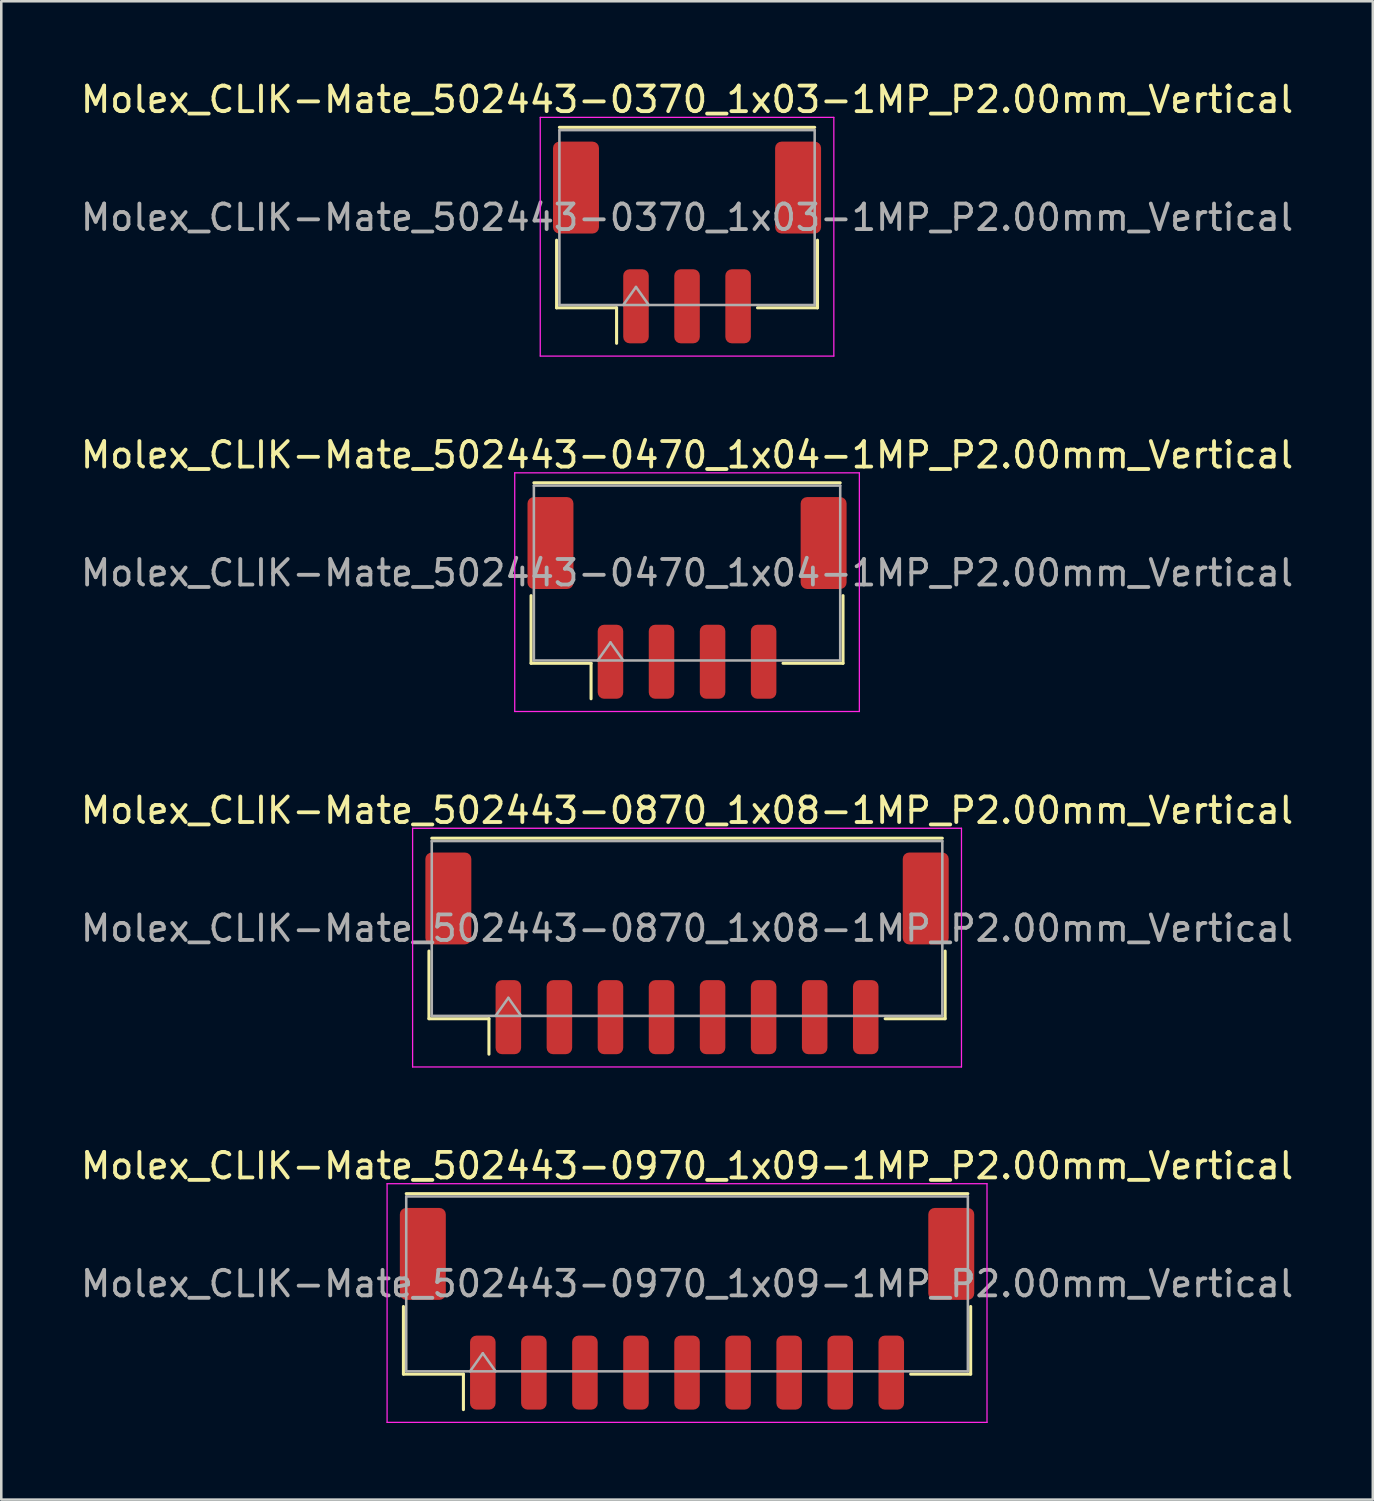
<source format=kicad_pcb>
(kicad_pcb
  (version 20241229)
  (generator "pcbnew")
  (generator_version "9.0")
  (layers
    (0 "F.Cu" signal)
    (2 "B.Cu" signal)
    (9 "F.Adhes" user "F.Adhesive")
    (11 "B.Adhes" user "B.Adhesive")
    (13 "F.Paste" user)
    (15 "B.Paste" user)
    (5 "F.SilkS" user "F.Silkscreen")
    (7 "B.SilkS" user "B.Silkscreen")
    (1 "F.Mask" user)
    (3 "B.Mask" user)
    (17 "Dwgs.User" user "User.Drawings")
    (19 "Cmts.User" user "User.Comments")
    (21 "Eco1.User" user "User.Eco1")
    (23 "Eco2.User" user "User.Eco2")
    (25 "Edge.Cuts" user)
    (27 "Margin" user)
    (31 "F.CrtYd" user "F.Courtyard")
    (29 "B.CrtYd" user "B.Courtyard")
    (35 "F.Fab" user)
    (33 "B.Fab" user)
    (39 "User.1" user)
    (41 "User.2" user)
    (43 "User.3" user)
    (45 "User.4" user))
  (footprint "Molex_CLIK-Mate_502443-0870_1x08-1MP_P2.00mm_Vertical"
    (layer "F.Cu")
    (at 23.863 34.295)
    (property "Reference" "Molex_CLIK-Mate_502443-0870_1x08-1MP_P2.00mm_Vertical" (at 0 -5.6 0) (layer "F.SilkS") (effects (font (size 1 1) (thickness 0.15))))
    (attr smd)
    (fp_line (start -10.11 -0.09) (end -10.11 2.56) (stroke (width 0.12) (type solid)) (layer "F.SilkS"))
    (fp_line (start -10.11 2.56) (end -7.76 2.56) (stroke (width 0.12) (type solid)) (layer "F.SilkS"))
    (fp_line (start -10 -4.51) (end 10 -4.51) (stroke (width 0.12) (type solid)) (layer "F.SilkS"))
    (fp_line (start -7.76 2.56) (end -7.76 3.95) (stroke (width 0.12) (type solid)) (layer "F.SilkS"))
    (fp_line (start 10.11 -0.09) (end 10.11 2.56) (stroke (width 0.12) (type solid)) (layer "F.SilkS"))
    (fp_line (start 10.11 2.56) (end 7.76 2.56) (stroke (width 0.12) (type solid)) (layer "F.SilkS"))
    (fp_line (start -10.75 -4.9) (end -10.75 4.45) (stroke (width 0.05) (type solid)) (layer "F.CrtYd"))
    (fp_line (start -10.75 4.45) (end 10.75 4.45) (stroke (width 0.05) (type solid)) (layer "F.CrtYd"))
    (fp_line (start 10.75 -4.9) (end -10.75 -4.9) (stroke (width 0.05) (type solid)) (layer "F.CrtYd"))
    (fp_line (start 10.75 4.45) (end 10.75 -4.9) (stroke (width 0.05) (type solid)) (layer "F.CrtYd"))
    (fp_line (start -10 -4.4) (end 10 -4.4) (stroke (width 0.1) (type solid)) (layer "F.Fab"))
    (fp_line (start -10 2.45) (end -10 -4.4) (stroke (width 0.1) (type solid)) (layer "F.Fab"))
    (fp_line (start -10 2.45) (end 10 2.45) (stroke (width 0.1) (type solid)) (layer "F.Fab"))
    (fp_line (start -7.5 2.45) (end -7 1.743) (stroke (width 0.1) (type solid)) (layer "F.Fab"))
    (fp_line (start -7 1.743) (end -6.5 2.45) (stroke (width 0.1) (type solid)) (layer "F.Fab"))
    (fp_line (start 10 2.45) (end 10 -4.4) (stroke (width 0.1) (type solid)) (layer "F.Fab"))
    (fp_text user "${REFERENCE}" (at 0 -0.98 0) (layer "F.Fab") (effects (font (size 1 1) (thickness 0.15))))
    (pad "1" smd roundrect (at -7 2.5) (size 1 2.9) (layers "F.Cu" "F.Mask" "F.Paste") (roundrect_rratio 0.25))
    (pad "2" smd roundrect (at -5 2.5) (size 1 2.9) (layers "F.Cu" "F.Mask" "F.Paste") (roundrect_rratio 0.25))
    (pad "3" smd roundrect (at -3 2.5) (size 1 2.9) (layers "F.Cu" "F.Mask" "F.Paste") (roundrect_rratio 0.25))
    (pad "4" smd roundrect (at -1 2.5) (size 1 2.9) (layers "F.Cu" "F.Mask" "F.Paste") (roundrect_rratio 0.25))
    (pad "5" smd roundrect (at 1 2.5) (size 1 2.9) (layers "F.Cu" "F.Mask" "F.Paste") (roundrect_rratio 0.25))
    (pad "6" smd roundrect (at 3 2.5) (size 1 2.9) (layers "F.Cu" "F.Mask" "F.Paste") (roundrect_rratio 0.25))
    (pad "7" smd roundrect (at 5 2.5) (size 1 2.9) (layers "F.Cu" "F.Mask" "F.Paste") (roundrect_rratio 0.25))
    (pad "8" smd roundrect (at 7 2.5) (size 1 2.9) (layers "F.Cu" "F.Mask" "F.Paste") (roundrect_rratio 0.25))
    (pad "MP" smd roundrect (at -9.35 -2.15) (size 1.8 3.6) (layers "F.Cu" "F.Mask" "F.Paste") (roundrect_rratio 0.139))
    (pad "MP" smd roundrect (at 9.35 -2.15) (size 1.8 3.6) (layers "F.Cu" "F.Mask" "F.Paste") (roundrect_rratio 0.139)))
  (footprint "Molex_CLIK-Mate_502443-0970_1x09-1MP_P2.00mm_Vertical"
    (layer "F.Cu")
    (at 23.863 48.218)
    (property "Reference" "Molex_CLIK-Mate_502443-0970_1x09-1MP_P2.00mm_Vertical" (at 0 -5.6 0) (layer "F.SilkS") (effects (font (size 1 1) (thickness 0.15))))
    (attr smd)
    (fp_line (start -11.11 -0.09) (end -11.11 2.56) (stroke (width 0.12) (type solid)) (layer "F.SilkS"))
    (fp_line (start -11.11 2.56) (end -8.76 2.56) (stroke (width 0.12) (type solid)) (layer "F.SilkS"))
    (fp_line (start -11 -4.51) (end 11 -4.51) (stroke (width 0.12) (type solid)) (layer "F.SilkS"))
    (fp_line (start -8.76 2.56) (end -8.76 3.95) (stroke (width 0.12) (type solid)) (layer "F.SilkS"))
    (fp_line (start 11.11 -0.09) (end 11.11 2.56) (stroke (width 0.12) (type solid)) (layer "F.SilkS"))
    (fp_line (start 11.11 2.56) (end 8.76 2.56) (stroke (width 0.12) (type solid)) (layer "F.SilkS"))
    (fp_line (start -11.75 -4.9) (end -11.75 4.45) (stroke (width 0.05) (type solid)) (layer "F.CrtYd"))
    (fp_line (start -11.75 4.45) (end 11.75 4.45) (stroke (width 0.05) (type solid)) (layer "F.CrtYd"))
    (fp_line (start 11.75 -4.9) (end -11.75 -4.9) (stroke (width 0.05) (type solid)) (layer "F.CrtYd"))
    (fp_line (start 11.75 4.45) (end 11.75 -4.9) (stroke (width 0.05) (type solid)) (layer "F.CrtYd"))
    (fp_line (start -11 -4.4) (end 11 -4.4) (stroke (width 0.1) (type solid)) (layer "F.Fab"))
    (fp_line (start -11 2.45) (end -11 -4.4) (stroke (width 0.1) (type solid)) (layer "F.Fab"))
    (fp_line (start -11 2.45) (end 11 2.45) (stroke (width 0.1) (type solid)) (layer "F.Fab"))
    (fp_line (start -8.5 2.45) (end -8 1.743) (stroke (width 0.1) (type solid)) (layer "F.Fab"))
    (fp_line (start -8 1.743) (end -7.5 2.45) (stroke (width 0.1) (type solid)) (layer "F.Fab"))
    (fp_line (start 11 2.45) (end 11 -4.4) (stroke (width 0.1) (type solid)) (layer "F.Fab"))
    (fp_text user "${REFERENCE}" (at 0 -0.98 0) (layer "F.Fab") (effects (font (size 1 1) (thickness 0.15))))
    (pad "1" smd roundrect (at -8 2.5) (size 1 2.9) (layers "F.Cu" "F.Mask" "F.Paste") (roundrect_rratio 0.25))
    (pad "2" smd roundrect (at -6 2.5) (size 1 2.9) (layers "F.Cu" "F.Mask" "F.Paste") (roundrect_rratio 0.25))
    (pad "3" smd roundrect (at -4 2.5) (size 1 2.9) (layers "F.Cu" "F.Mask" "F.Paste") (roundrect_rratio 0.25))
    (pad "4" smd roundrect (at -2 2.5) (size 1 2.9) (layers "F.Cu" "F.Mask" "F.Paste") (roundrect_rratio 0.25))
    (pad "5" smd roundrect (at 0 2.5) (size 1 2.9) (layers "F.Cu" "F.Mask" "F.Paste") (roundrect_rratio 0.25))
    (pad "6" smd roundrect (at 2 2.5) (size 1 2.9) (layers "F.Cu" "F.Mask" "F.Paste") (roundrect_rratio 0.25))
    (pad "7" smd roundrect (at 4 2.5) (size 1 2.9) (layers "F.Cu" "F.Mask" "F.Paste") (roundrect_rratio 0.25))
    (pad "8" smd roundrect (at 6 2.5) (size 1 2.9) (layers "F.Cu" "F.Mask" "F.Paste") (roundrect_rratio 0.25))
    (pad "9" smd roundrect (at 8 2.5) (size 1 2.9) (layers "F.Cu" "F.Mask" "F.Paste") (roundrect_rratio 0.25))
    (pad "MP" smd roundrect (at -10.35 -2.15) (size 1.8 3.6) (layers "F.Cu" "F.Mask" "F.Paste") (roundrect_rratio 0.139))
    (pad "MP" smd roundrect (at 10.35 -2.15) (size 1.8 3.6) (layers "F.Cu" "F.Mask" "F.Paste") (roundrect_rratio 0.139)))
  (footprint "Molex_CLIK-Mate_502443-0470_1x04-1MP_P2.00mm_Vertical"
    (layer "F.Cu")
    (at 23.863 20.372)
    (property "Reference" "Molex_CLIK-Mate_502443-0470_1x04-1MP_P2.00mm_Vertical" (at 0 -5.6 0) (layer "F.SilkS") (effects (font (size 1 1) (thickness 0.15))))
    (attr smd)
    (fp_line (start -6.11 -0.09) (end -6.11 2.56) (stroke (width 0.12) (type solid)) (layer "F.SilkS"))
    (fp_line (start -6.11 2.56) (end -3.76 2.56) (stroke (width 0.12) (type solid)) (layer "F.SilkS"))
    (fp_line (start -6 -4.51) (end 6 -4.51) (stroke (width 0.12) (type solid)) (layer "F.SilkS"))
    (fp_line (start -3.76 2.56) (end -3.76 3.95) (stroke (width 0.12) (type solid)) (layer "F.SilkS"))
    (fp_line (start 6.11 -0.09) (end 6.11 2.56) (stroke (width 0.12) (type solid)) (layer "F.SilkS"))
    (fp_line (start 6.11 2.56) (end 3.76 2.56) (stroke (width 0.12) (type solid)) (layer "F.SilkS"))
    (fp_line (start -6.75 -4.9) (end -6.75 4.45) (stroke (width 0.05) (type solid)) (layer "F.CrtYd"))
    (fp_line (start -6.75 4.45) (end 6.75 4.45) (stroke (width 0.05) (type solid)) (layer "F.CrtYd"))
    (fp_line (start 6.75 -4.9) (end -6.75 -4.9) (stroke (width 0.05) (type solid)) (layer "F.CrtYd"))
    (fp_line (start 6.75 4.45) (end 6.75 -4.9) (stroke (width 0.05) (type solid)) (layer "F.CrtYd"))
    (fp_line (start -6 -4.4) (end 6 -4.4) (stroke (width 0.1) (type solid)) (layer "F.Fab"))
    (fp_line (start -6 2.45) (end -6 -4.4) (stroke (width 0.1) (type solid)) (layer "F.Fab"))
    (fp_line (start -6 2.45) (end 6 2.45) (stroke (width 0.1) (type solid)) (layer "F.Fab"))
    (fp_line (start -3.5 2.45) (end -3 1.743) (stroke (width 0.1) (type solid)) (layer "F.Fab"))
    (fp_line (start -3 1.743) (end -2.5 2.45) (stroke (width 0.1) (type solid)) (layer "F.Fab"))
    (fp_line (start 6 2.45) (end 6 -4.4) (stroke (width 0.1) (type solid)) (layer "F.Fab"))
    (fp_text user "${REFERENCE}" (at 0 -0.98 0) (layer "F.Fab") (effects (font (size 1 1) (thickness 0.15))))
    (pad "1" smd roundrect (at -3 2.5) (size 1 2.9) (layers "F.Cu" "F.Mask" "F.Paste") (roundrect_rratio 0.25))
    (pad "2" smd roundrect (at -1 2.5) (size 1 2.9) (layers "F.Cu" "F.Mask" "F.Paste") (roundrect_rratio 0.25))
    (pad "3" smd roundrect (at 1 2.5) (size 1 2.9) (layers "F.Cu" "F.Mask" "F.Paste") (roundrect_rratio 0.25))
    (pad "4" smd roundrect (at 3 2.5) (size 1 2.9) (layers "F.Cu" "F.Mask" "F.Paste") (roundrect_rratio 0.25))
    (pad "MP" smd roundrect (at -5.35 -2.15) (size 1.8 3.6) (layers "F.Cu" "F.Mask" "F.Paste") (roundrect_rratio 0.139))
    (pad "MP" smd roundrect (at 5.35 -2.15) (size 1.8 3.6) (layers "F.Cu" "F.Mask" "F.Paste") (roundrect_rratio 0.139)))
  (footprint "Molex_CLIK-Mate_502443-0370_1x03-1MP_P2.00mm_Vertical"
    (layer "F.Cu")
    (at 23.863 6.448)
    (property "Reference" "Molex_CLIK-Mate_502443-0370_1x03-1MP_P2.00mm_Vertical" (at 0 -5.6 0) (layer "F.SilkS") (effects (font (size 1 1) (thickness 0.15))))
    (attr smd)
    (fp_line (start -5.11 -0.09) (end -5.11 2.56) (stroke (width 0.12) (type solid)) (layer "F.SilkS"))
    (fp_line (start -5.11 2.56) (end -2.76 2.56) (stroke (width 0.12) (type solid)) (layer "F.SilkS"))
    (fp_line (start -5 -4.51) (end 5 -4.51) (stroke (width 0.12) (type solid)) (layer "F.SilkS"))
    (fp_line (start -2.76 2.56) (end -2.76 3.95) (stroke (width 0.12) (type solid)) (layer "F.SilkS"))
    (fp_line (start 5.11 -0.09) (end 5.11 2.56) (stroke (width 0.12) (type solid)) (layer "F.SilkS"))
    (fp_line (start 5.11 2.56) (end 2.76 2.56) (stroke (width 0.12) (type solid)) (layer "F.SilkS"))
    (fp_line (start -5.75 -4.9) (end -5.75 4.45) (stroke (width 0.05) (type solid)) (layer "F.CrtYd"))
    (fp_line (start -5.75 4.45) (end 5.75 4.45) (stroke (width 0.05) (type solid)) (layer "F.CrtYd"))
    (fp_line (start 5.75 -4.9) (end -5.75 -4.9) (stroke (width 0.05) (type solid)) (layer "F.CrtYd"))
    (fp_line (start 5.75 4.45) (end 5.75 -4.9) (stroke (width 0.05) (type solid)) (layer "F.CrtYd"))
    (fp_line (start -5 -4.4) (end 5 -4.4) (stroke (width 0.1) (type solid)) (layer "F.Fab"))
    (fp_line (start -5 2.45) (end -5 -4.4) (stroke (width 0.1) (type solid)) (layer "F.Fab"))
    (fp_line (start -5 2.45) (end 5 2.45) (stroke (width 0.1) (type solid)) (layer "F.Fab"))
    (fp_line (start -2.5 2.45) (end -2 1.743) (stroke (width 0.1) (type solid)) (layer "F.Fab"))
    (fp_line (start -2 1.743) (end -1.5 2.45) (stroke (width 0.1) (type solid)) (layer "F.Fab"))
    (fp_line (start 5 2.45) (end 5 -4.4) (stroke (width 0.1) (type solid)) (layer "F.Fab"))
    (fp_text user "${REFERENCE}" (at 0 -0.98 0) (layer "F.Fab") (effects (font (size 1 1) (thickness 0.15))))
    (pad "1" smd roundrect (at -2 2.5) (size 1 2.9) (layers "F.Cu" "F.Mask" "F.Paste") (roundrect_rratio 0.25))
    (pad "2" smd roundrect (at 0 2.5) (size 1 2.9) (layers "F.Cu" "F.Mask" "F.Paste") (roundrect_rratio 0.25))
    (pad "3" smd roundrect (at 2 2.5) (size 1 2.9) (layers "F.Cu" "F.Mask" "F.Paste") (roundrect_rratio 0.25))
    (pad "MP" smd roundrect (at -4.35 -2.15) (size 1.8 3.6) (layers "F.Cu" "F.Mask" "F.Paste") (roundrect_rratio 0.139))
    (pad "MP" smd roundrect (at 4.35 -2.15) (size 1.8 3.6) (layers "F.Cu" "F.Mask" "F.Paste") (roundrect_rratio 0.139)))
  (gr_rect
    (start -3 -3)
    (end 50.726 55.693)
    (stroke (width 0.1) (type default))
    (fill no)
    (layer "Edge.Cuts")))
</source>
